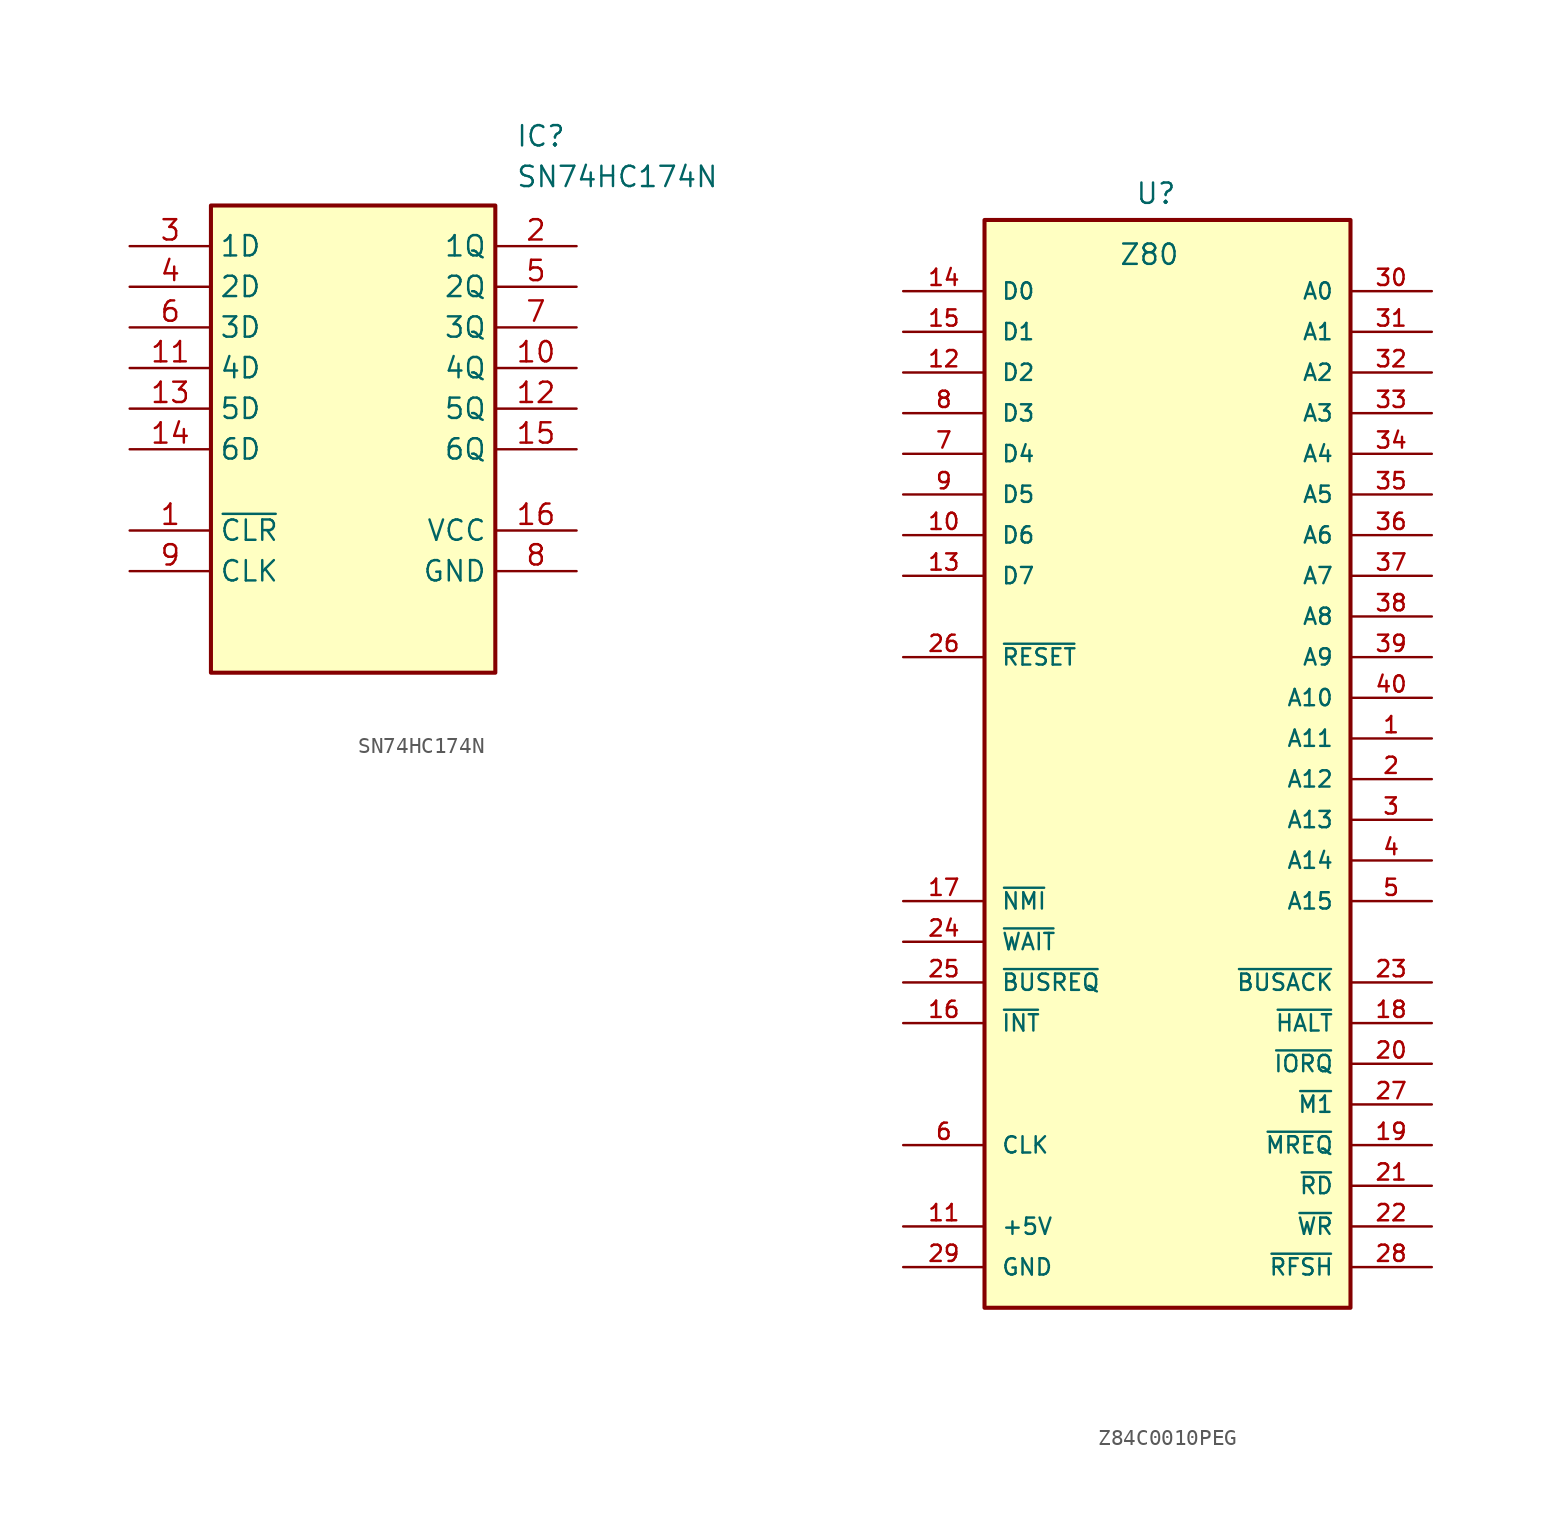
<source format=kicad_sym>
(kicad_symbol_lib
  (version 20211014)
  (generator SamacSys_ECAD_Model)
  (symbol "SN74HC174N"
    (property "Reference" "IC"
      (at 24.13 7.62 0)
      (effects (font (size 1.27 1.27)) (justify left top)))
    (property "Value" "SN74HC174N"
      (at 24.13 5.08 0)
      (effects (font (size 1.27 1.27)) (justify left top)))
    (symbol "SN74HC174N_1_1"
      (rectangle (start 5.08 2.54) (end 22.86 -26.67) (stroke (width 0.254) (type default)) (fill (type background)))
      (pin passive line (at 0 0 0) (length 5.08) (name "1D" (effects (font (size 1.27 1.27)))) (number "3" (effects (font (size 1.27 1.27)))))
      (pin passive line (at 0 -2.54 0) (length 5.08) (name "2D" (effects (font (size 1.27 1.27)))) (number "4" (effects (font (size 1.27 1.27)))))
      (pin passive line (at 0 -5.08 0) (length 5.08) (name "3D" (effects (font (size 1.27 1.27)))) (number "6" (effects (font (size 1.27 1.27)))))
      (pin passive line (at 0 -7.62 0) (length 5.08) (name "4D" (effects (font (size 1.27 1.27)))) (number "11" (effects (font (size 1.27 1.27)))))
      (pin passive line (at 0 -10.16 0) (length 5.08) (name "5D" (effects (font (size 1.27 1.27)))) (number "13" (effects (font (size 1.27 1.27)))))
      (pin passive line (at 0 -12.7 0) (length 5.08) (name "6D" (effects (font (size 1.27 1.27)))) (number "14" (effects (font (size 1.27 1.27)))))
      (pin passive line (at 0 -17.78 0) (length 5.08) (name "~{CLR}" (effects (font (size 1.27 1.27)))) (number "1" (effects (font (size 1.27 1.27)))))
      (pin passive line (at 0 -20.32 0) (length 5.08) (name "CLK" (effects (font (size 1.27 1.27)))) (number "9" (effects (font (size 1.27 1.27)))))
      (pin passive line (at 27.94 0 180) (length 5.08) (name "1Q" (effects (font (size 1.27 1.27)))) (number "2" (effects (font (size 1.27 1.27)))))
      (pin passive line (at 27.94 -2.54 180) (length 5.08) (name "2Q" (effects (font (size 1.27 1.27)))) (number "5" (effects (font (size 1.27 1.27)))))
      (pin passive line (at 27.94 -5.08 180) (length 5.08) (name "3Q" (effects (font (size 1.27 1.27)))) (number "7" (effects (font (size 1.27 1.27)))))
      (pin passive line (at 27.94 -7.62 180) (length 5.08) (name "4Q" (effects (font (size 1.27 1.27)))) (number "10" (effects (font (size 1.27 1.27)))))
      (pin passive line (at 27.94 -10.16 180) (length 5.08) (name "5Q" (effects (font (size 1.27 1.27)))) (number "12" (effects (font (size 1.27 1.27)))))
      (pin passive line (at 27.94 -12.7 180) (length 5.08) (name "6Q" (effects (font (size 1.27 1.27)))) (number "15" (effects (font (size 1.27 1.27)))))
      (pin passive line (at 27.94 -17.78 180) (length 5.08) (name "VCC" (effects (font (size 1.27 1.27)))) (number "16" (effects (font (size 1.27 1.27)))))
      (pin passive line (at 27.94 -20.32 180) (length 5.08) (name "GND" (effects (font (size 1.27 1.27)))) (number "8" (effects (font (size 1.27 1.27)))))))
  (symbol "Z84C0010PEG"
    (pin_names
      (offset 1.016))
    (property "Reference" "U"
      (at 14.478 7.366 0)
      (effects (font (size 1.27 1.27)) (justify left)))
    (property "Value" "Z80"
      (at 13.462 3.556 0)
      (effects (font (size 1.27 1.27)) (justify left)))
    (symbol "Z84C0010PEG_0_0"
      (rectangle (start 5.08 5.715) (end 27.94 -62.23) (stroke (width 0.254) (type default)) (fill (type background)))
      (pin bidirectional line (at 0 1.27 0) (length 5.08) (name "D0" (effects (font (size 1.016 1.016)))) (number "14" (effects (font (size 1.016 1.016)))))
      (pin bidirectional line (at 0 -1.27 0) (length 5.08) (name "D1" (effects (font (size 1.016 1.016)))) (number "15" (effects (font (size 1.016 1.016)))))
      (pin bidirectional line (at 0 -3.81 0) (length 5.08) (name "D2" (effects (font (size 1.016 1.016)))) (number "12" (effects (font (size 1.016 1.016)))))
      (pin bidirectional line (at 0 -6.35 0) (length 5.08) (name "D3" (effects (font (size 1.016 1.016)))) (number "8" (effects (font (size 1.016 1.016)))))
      (pin bidirectional line (at 0 -8.89 0) (length 5.08) (name "D4" (effects (font (size 1.016 1.016)))) (number "7" (effects (font (size 1.016 1.016)))))
      (pin bidirectional line (at 0 -11.43 0) (length 5.08) (name "D5" (effects (font (size 1.016 1.016)))) (number "9" (effects (font (size 1.016 1.016)))))
      (pin bidirectional line (at 0 -13.97 0) (length 5.08) (name "D6" (effects (font (size 1.016 1.016)))) (number "10" (effects (font (size 1.016 1.016)))))
      (pin bidirectional line (at 0 -16.51 0) (length 5.08) (name "D7" (effects (font (size 1.016 1.016)))) (number "13" (effects (font (size 1.016 1.016)))))
      (pin bidirectional line (at 0 -21.59 0) (length 5.08) (name "~{RESET}" (effects (font (size 1.016 1.016)))) (number "26" (effects (font (size 1.016 1.016)))))
      (pin bidirectional line (at 0 -36.83 0) (length 5.08) (name "~{NMI}" (effects (font (size 1.016 1.016)))) (number "17" (effects (font (size 1.016 1.016)))))
      (pin bidirectional line (at 0 -39.37 0) (length 5.08) (name "~{WAIT}" (effects (font (size 1.016 1.016)))) (number "24" (effects (font (size 1.016 1.016)))))
      (pin bidirectional line (at 0 -41.91 0) (length 5.08) (name "~{BUSREQ}" (effects (font (size 1.016 1.016)))) (number "25" (effects (font (size 1.016 1.016)))))
      (pin bidirectional line (at 0 -44.45 0) (length 5.08) (name "~{INT}" (effects (font (size 1.016 1.016)))) (number "16" (effects (font (size 1.016 1.016)))))
      (pin bidirectional line (at 0 -52.07 0) (length 5.08) (name "CLK" (effects (font (size 1.016 1.016)))) (number "6" (effects (font (size 1.016 1.016)))))
      (pin bidirectional line (at 0 -57.15 0) (length 5.08) (name "+5V" (effects (font (size 1.016 1.016)))) (number "11" (effects (font (size 1.016 1.016)))))
      (pin bidirectional line (at 0 -59.69 0) (length 5.08) (name "GND" (effects (font (size 1.016 1.016)))) (number "29" (effects (font (size 1.016 1.016)))))
      (pin bidirectional line (at 33.02 1.27 180) (length 5.08) (name "A0" (effects (font (size 1.016 1.016)))) (number "30" (effects (font (size 1.016 1.016)))))
      (pin bidirectional line (at 33.02 -1.27 180) (length 5.08) (name "A1" (effects (font (size 1.016 1.016)))) (number "31" (effects (font (size 1.016 1.016)))))
      (pin bidirectional line (at 33.02 -3.81 180) (length 5.08) (name "A2" (effects (font (size 1.016 1.016)))) (number "32" (effects (font (size 1.016 1.016)))))
      (pin bidirectional line (at 33.02 -6.35 180) (length 5.08) (name "A3" (effects (font (size 1.016 1.016)))) (number "33" (effects (font (size 1.016 1.016)))))
      (pin bidirectional line (at 33.02 -8.89 180) (length 5.08) (name "A4" (effects (font (size 1.016 1.016)))) (number "34" (effects (font (size 1.016 1.016)))))
      (pin bidirectional line (at 33.02 -11.43 180) (length 5.08) (name "A5" (effects (font (size 1.016 1.016)))) (number "35" (effects (font (size 1.016 1.016)))))
      (pin bidirectional line (at 33.02 -13.97 180) (length 5.08) (name "A6" (effects (font (size 1.016 1.016)))) (number "36" (effects (font (size 1.016 1.016)))))
      (pin bidirectional line (at 33.02 -16.51 180) (length 5.08) (name "A7" (effects (font (size 1.016 1.016)))) (number "37" (effects (font (size 1.016 1.016)))))
      (pin bidirectional line (at 33.02 -19.05 180) (length 5.08) (name "A8" (effects (font (size 1.016 1.016)))) (number "38" (effects (font (size 1.016 1.016)))))
      (pin bidirectional line (at 33.02 -21.59 180) (length 5.08) (name "A9" (effects (font (size 1.016 1.016)))) (number "39" (effects (font (size 1.016 1.016)))))
      (pin bidirectional line (at 33.02 -24.13 180) (length 5.08) (name "A10" (effects (font (size 1.016 1.016)))) (number "40" (effects (font (size 1.016 1.016)))))
      (pin bidirectional line (at 33.02 -26.67 180) (length 5.08) (name "A11" (effects (font (size 1.016 1.016)))) (number "1" (effects (font (size 1.016 1.016)))))
      (pin bidirectional line (at 33.02 -29.21 180) (length 5.08) (name "A12" (effects (font (size 1.016 1.016)))) (number "2" (effects (font (size 1.016 1.016)))))
      (pin bidirectional line (at 33.02 -31.75 180) (length 5.08) (name "A13" (effects (font (size 1.016 1.016)))) (number "3" (effects (font (size 1.016 1.016)))))
      (pin bidirectional line (at 33.02 -34.29 180) (length 5.08) (name "A14" (effects (font (size 1.016 1.016)))) (number "4" (effects (font (size 1.016 1.016)))))
      (pin bidirectional line (at 33.02 -36.83 180) (length 5.08) (name "A15" (effects (font (size 1.016 1.016)))) (number "5" (effects (font (size 1.016 1.016)))))
      (pin bidirectional line (at 33.02 -41.91 180) (length 5.08) (name "~{BUSACK}" (effects (font (size 1.016 1.016)))) (number "23" (effects (font (size 1.016 1.016)))))
      (pin bidirectional line (at 33.02 -44.45 180) (length 5.08) (name "~{HALT}" (effects (font (size 1.016 1.016)))) (number "18" (effects (font (size 1.016 1.016)))))
      (pin bidirectional line (at 33.02 -46.99 180) (length 5.08) (name "~{IORQ}" (effects (font (size 1.016 1.016)))) (number "20" (effects (font (size 1.016 1.016)))))
      (pin bidirectional line (at 33.02 -49.53 180) (length 5.08) (name "~{M1}" (effects (font (size 1.016 1.016)))) (number "27" (effects (font (size 1.016 1.016)))))
      (pin bidirectional line (at 33.02 -52.07 180) (length 5.08) (name "~{MREQ}" (effects (font (size 1.016 1.016)))) (number "19" (effects (font (size 1.016 1.016)))))
      (pin bidirectional line (at 33.02 -54.61 180) (length 5.08) (name "~{RD}" (effects (font (size 1.016 1.016)))) (number "21" (effects (font (size 1.016 1.016)))))
      (pin bidirectional line (at 33.02 -57.15 180) (length 5.08) (name "~{WR}" (effects (font (size 1.016 1.016)))) (number "22" (effects (font (size 1.016 1.016)))))
      (pin bidirectional line (at 33.02 -59.69 180) (length 5.08) (name "~{RFSH}" (effects (font (size 1.016 1.016)))) (number "28" (effects (font (size 1.016 1.016))))))))
</source>
